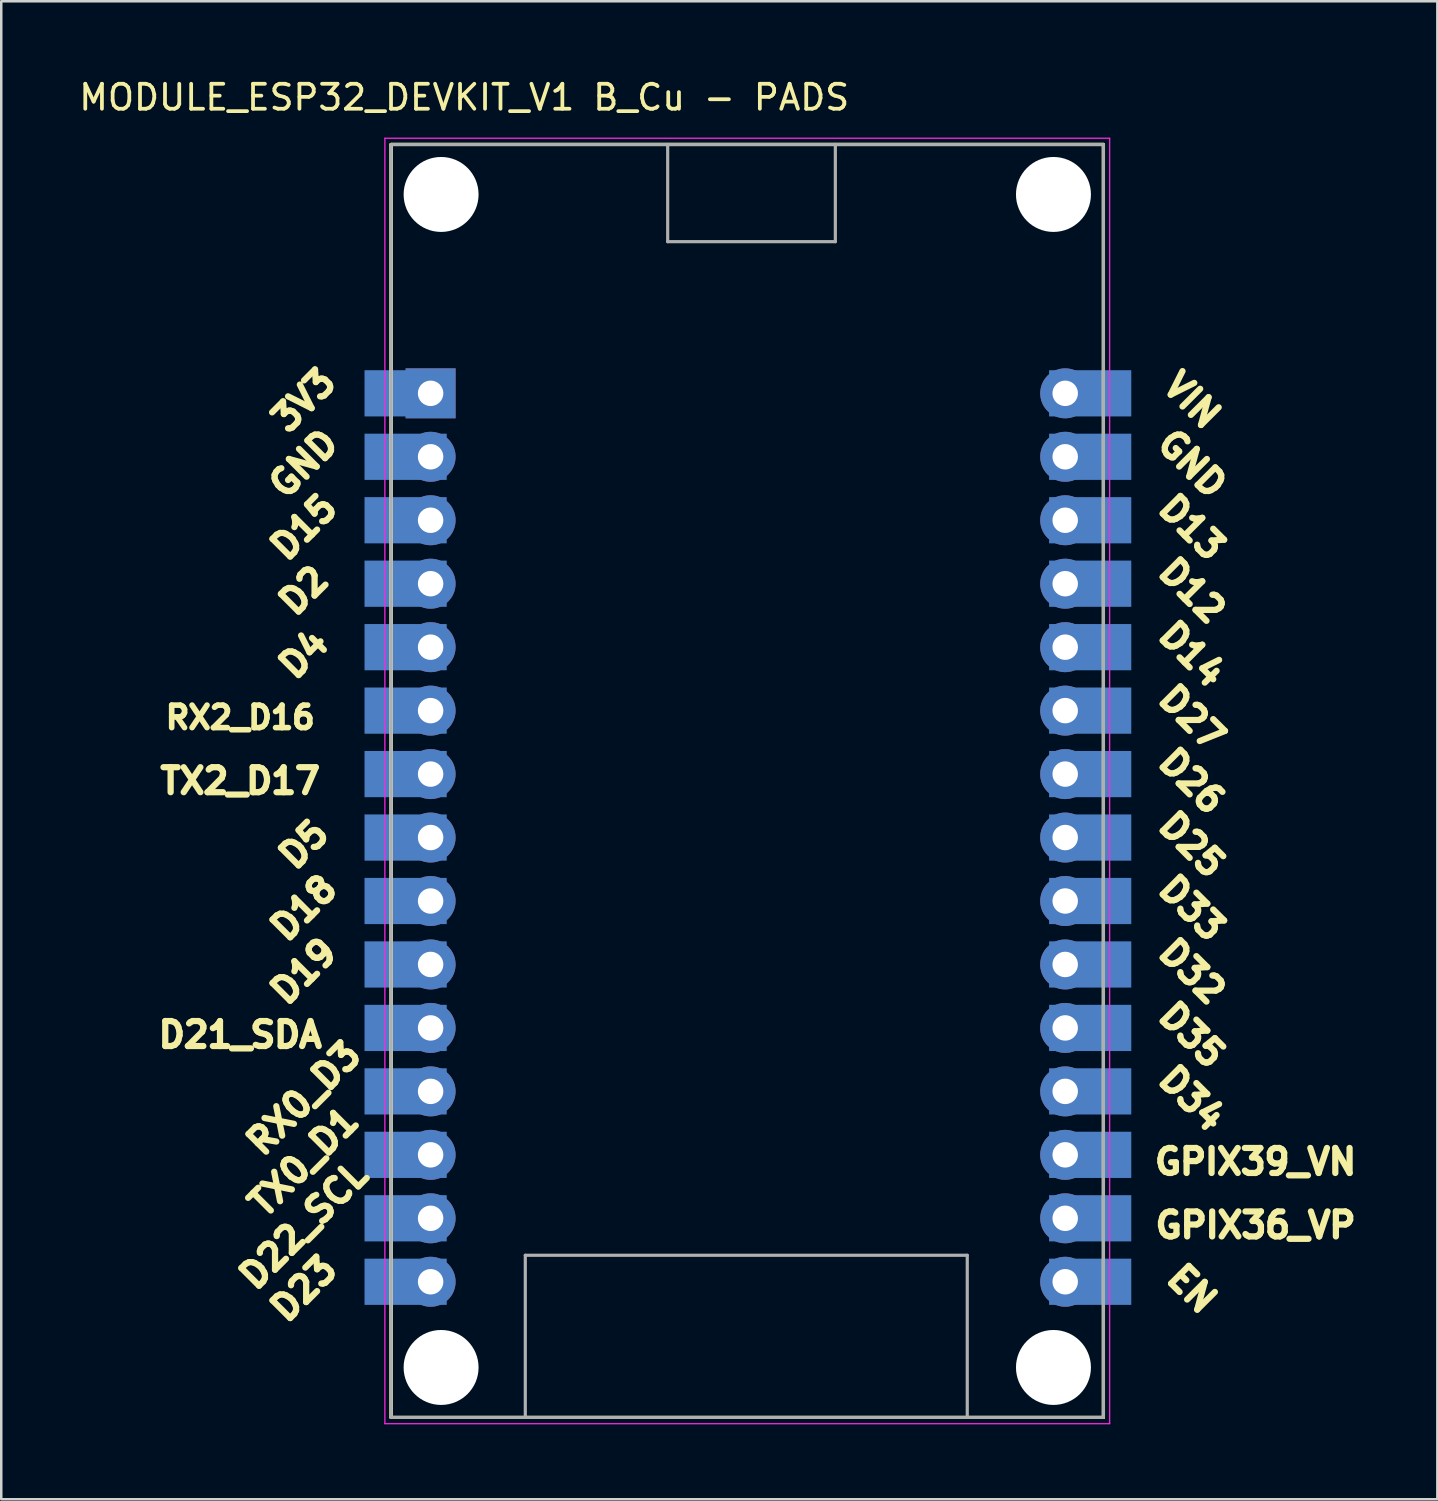
<source format=kicad_pcb>
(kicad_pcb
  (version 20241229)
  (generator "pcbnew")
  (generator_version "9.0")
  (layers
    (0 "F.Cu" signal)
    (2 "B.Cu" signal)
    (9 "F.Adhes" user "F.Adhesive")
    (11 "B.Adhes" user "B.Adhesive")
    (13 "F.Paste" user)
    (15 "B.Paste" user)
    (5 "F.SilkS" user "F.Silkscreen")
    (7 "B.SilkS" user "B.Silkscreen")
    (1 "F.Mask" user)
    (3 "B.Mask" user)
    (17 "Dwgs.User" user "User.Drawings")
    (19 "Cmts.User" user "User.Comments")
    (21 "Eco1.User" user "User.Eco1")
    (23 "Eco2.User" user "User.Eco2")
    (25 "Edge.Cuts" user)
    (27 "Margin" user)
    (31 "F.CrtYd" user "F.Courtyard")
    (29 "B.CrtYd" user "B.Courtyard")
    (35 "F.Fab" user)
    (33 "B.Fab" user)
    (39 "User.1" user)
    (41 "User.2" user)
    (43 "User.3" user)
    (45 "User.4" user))
  (footprint "MODULE_ESP32_DEVKIT_V1 B_Cu - PADS"
    (layer "F.Cu")
    (at 26.885 28.208)
    (property "Reference" "MODULE_ESP32_DEVKIT_V1 B_Cu - PADS" (at -11.355 -27.36 0) (layer "F.SilkS") (effects (font (size 1 1) (thickness 0.15))))
    (attr through_hole)
    (fp_line (start -14.28 -25.475) (end -3.211 -25.475) (stroke (width 0.127) (type solid)) (layer "F.SilkS"))
    (fp_line (start -14.28 -25.475) (end 14.23 -25.475) (stroke (width 0.127) (type solid)) (layer "F.SilkS"))
    (fp_line (start -14.28 25.475) (end -14.28 -25.475) (stroke (width 0.127) (type solid)) (layer "F.SilkS"))
    (fp_line (start -14.28 25.475) (end -14.28 -25.475) (stroke (width 0.127) (type solid)) (layer "F.SilkS"))
    (fp_line (start -14.28 25.475) (end -8.91 25.475) (stroke (width 0.127) (type solid)) (layer "F.SilkS"))
    (fp_line (start -8.91 25.475) (end 8.78 25.475) (stroke (width 0.127) (type solid)) (layer "F.SilkS"))
    (fp_line (start -3.211 -25.475) (end 3.5 -25.475) (stroke (width 0.127) (type solid)) (layer "F.SilkS"))
    (fp_line (start 3.5 -25.475) (end 14.23 -25.475) (stroke (width 0.127) (type solid)) (layer "F.SilkS"))
    (fp_line (start 8.78 25.475) (end 14.23 25.475) (stroke (width 0.127) (type solid)) (layer "F.SilkS"))
    (fp_line (start 14.23 -25.475) (end 14.23 25.475) (stroke (width 0.127) (type solid)) (layer "F.SilkS"))
    (fp_line (start 14.23 -25.475) (end 14.23 25.475) (stroke (width 0.127) (type solid)) (layer "F.SilkS"))
    (fp_line (start 14.23 25.475) (end -14.28 25.475) (stroke (width 0.127) (type solid)) (layer "F.SilkS"))
    (fp_line (start -14.53 -25.725) (end -14.53 25.725) (stroke (width 0.05) (type solid)) (layer "F.CrtYd"))
    (fp_line (start -14.53 25.725) (end 14.48 25.725) (stroke (width 0.05) (type solid)) (layer "F.CrtYd"))
    (fp_line (start 14.48 -25.725) (end -14.53 -25.725) (stroke (width 0.05) (type solid)) (layer "F.CrtYd"))
    (fp_line (start 14.48 25.725) (end 14.48 -25.725) (stroke (width 0.05) (type solid)) (layer "F.CrtYd"))
    (fp_line (start -14.28 -25.475) (end -3.211 -25.475) (stroke (width 0.127) (type solid)) (layer "F.Fab"))
    (fp_line (start -14.28 25.475) (end -14.28 -25.475) (stroke (width 0.127) (type solid)) (layer "F.Fab"))
    (fp_line (start -14.28 25.475) (end -8.91 25.475) (stroke (width 0.127) (type solid)) (layer "F.Fab"))
    (fp_line (start -8.91 18.985) (end 8.78 18.985) (stroke (width 0.127) (type solid)) (layer "F.Fab"))
    (fp_line (start -8.91 25.475) (end -8.91 18.985) (stroke (width 0.127) (type solid)) (layer "F.Fab"))
    (fp_line (start -8.91 25.475) (end 8.78 25.475) (stroke (width 0.127) (type solid)) (layer "F.Fab"))
    (fp_line (start -3.211 -25.475) (end 3.5 -25.475) (stroke (width 0.127) (type solid)) (layer "F.Fab"))
    (fp_line (start -3.211 -21.585) (end -3.211 -25.475) (stroke (width 0.127) (type solid)) (layer "F.Fab"))
    (fp_line (start 3.5 -25.475) (end 3.5 -21.585) (stroke (width 0.127) (type solid)) (layer "F.Fab"))
    (fp_line (start 3.5 -25.475) (end 14.23 -25.475) (stroke (width 0.127) (type solid)) (layer "F.Fab"))
    (fp_line (start 3.5 -21.585) (end -3.211 -21.585) (stroke (width 0.127) (type solid)) (layer "F.Fab"))
    (fp_line (start 8.78 18.985) (end 8.78 25.475) (stroke (width 0.127) (type solid)) (layer "F.Fab"))
    (fp_line (start 8.78 25.475) (end 14.23 25.475) (stroke (width 0.127) (type solid)) (layer "F.Fab"))
    (fp_line (start 14.23 -25.475) (end 14.23 25.475) (stroke (width 0.127) (type solid)) (layer "F.Fab"))
    (fp_text user "RX2_D16" (at -20.32 -2.54 0) (unlocked yes) (layer "F.SilkS") (effects (font (size 0.9 0.9) (thickness 0.225) (bold yes))))
    (fp_text user "GND" (at -17.78 -12.7 45) (unlocked yes) (layer "F.SilkS") (effects (font (size 1 1) (thickness 0.25) (bold yes))))
    (fp_text user "3V3" (at -17.78 -15.24 45) (unlocked yes) (layer "F.SilkS") (effects (font (size 1 1) (thickness 0.25) (bold yes))))
    (fp_text user "D12" (at 17.78 -7.62 315) (unlocked yes) (layer "F.SilkS") (effects (font (size 1 1) (thickness 0.25) (bold yes))))
    (fp_text user "D32" (at 17.78 7.62 315) (unlocked yes) (layer "F.SilkS") (effects (font (size 1 1) (thickness 0.25) (bold yes))))
    (fp_text user "EN" (at 17.78 20.32 315) (unlocked yes) (layer "F.SilkS") (effects (font (size 1 1) (thickness 0.25) (bold yes))))
    (fp_text user "D22_SCL" (at -17.78 17.78 45) (unlocked yes) (layer "F.SilkS") (effects (font (size 1 1) (thickness 0.25) (bold yes))))
    (fp_text user "GPIX39_VN" (at 20.32 15.24 0) (unlocked yes) (layer "F.SilkS") (effects (font (size 1 1) (thickness 0.25) (bold yes))))
    (fp_text user "D5" (at -17.78 2.54 45) (unlocked yes) (layer "F.SilkS") (effects (font (size 1 1) (thickness 0.25) (bold yes))))
    (fp_text user "D2" (at -17.78 -7.62 45) (unlocked yes) (layer "F.SilkS") (effects (font (size 1 1) (thickness 0.25) (bold yes))))
    (fp_text user "D4" (at -17.78 -5.08 45) (unlocked yes) (layer "F.SilkS") (effects (font (size 1 1) (thickness 0.25) (bold yes))))
    (fp_text user "D26" (at 17.78 0 315) (unlocked yes) (layer "F.SilkS") (effects (font (size 1 1) (thickness 0.25) (bold yes))))
    (fp_text user "D15" (at -17.78 -10.16 45) (unlocked yes) (layer "F.SilkS") (effects (font (size 1 1) (thickness 0.25) (bold yes))))
    (fp_text user "D35" (at 17.78 10.16 315) (unlocked yes) (layer "F.SilkS") (effects (font (size 1 1) (thickness 0.25) (bold yes))))
    (fp_text user "D13" (at 17.78 -10.16 315) (unlocked yes) (layer "F.SilkS") (effects (font (size 1 1) (thickness 0.25) (bold yes))))
    (fp_text user "D21_SDA" (at -20.32 10.16 0) (unlocked yes) (layer "F.SilkS") (effects (font (size 1 1) (thickness 0.25) (bold yes))))
    (fp_text user "TX2_D17" (at -20.32 0 0) (unlocked yes) (layer "F.SilkS") (effects (font (size 1 1) (thickness 0.25) (bold yes))))
    (fp_text user "RX0_D3" (at -17.78 12.7 45) (unlocked yes) (layer "F.SilkS") (effects (font (size 1 1) (thickness 0.25) (bold yes))))
    (fp_text user "D34" (at 17.78 12.7 315) (unlocked yes) (layer "F.SilkS") (effects (font (size 1 1) (thickness 0.25) (bold yes))))
    (fp_text user "D23" (at -17.78 20.32 45) (unlocked yes) (layer "F.SilkS") (effects (font (size 1 1) (thickness 0.25) (bold yes))))
    (fp_text user "GPIX36_VP" (at 20.32 17.78 0) (unlocked yes) (layer "F.SilkS") (effects (font (size 1 1) (thickness 0.25) (bold yes))))
    (fp_text user "D19" (at -17.78 7.62 45) (unlocked yes) (layer "F.SilkS") (effects (font (size 1 1) (thickness 0.25) (bold yes))))
    (fp_text user "TX0_D1" (at -17.78 15.24 45) (unlocked yes) (layer "F.SilkS") (effects (font (size 1 1) (thickness 0.25) (bold yes))))
    (fp_text user "D27" (at 17.78 -2.54 315) (unlocked yes) (layer "F.SilkS") (effects (font (size 1 1) (thickness 0.25) (bold yes))))
    (fp_text user "VIN" (at 17.78 -15.24 315) (unlocked yes) (layer "F.SilkS") (effects (font (size 1 1) (thickness 0.25) (bold yes))))
    (fp_text user "D18" (at -17.78 5.08 45) (unlocked yes) (layer "F.SilkS") (effects (font (size 1 1) (thickness 0.25) (bold yes))))
    (fp_text user "D25" (at 17.78 2.54 315) (unlocked yes) (layer "F.SilkS") (effects (font (size 1 1) (thickness 0.25) (bold yes))))
    (fp_text user "D14" (at 17.78 -5.08 315) (unlocked yes) (layer "F.SilkS") (effects (font (size 1 1) (thickness 0.25) (bold yes))))
    (fp_text user "GND" (at 17.78 -12.7 315) (unlocked yes) (layer "F.SilkS") (effects (font (size 1 1) (thickness 0.25) (bold yes))))
    (fp_text user "D33" (at 17.78 5.08 315) (unlocked yes) (layer "F.SilkS") (effects (font (size 1 1) (thickness 0.25) (bold yes))))
    (pad "" np_thru_hole circle (at -12.28 -23.475) (size 3 3) (drill 3) (layers "*.Cu" "*.Mask"))
    (pad "" np_thru_hole circle (at -12.28 23.475) (size 3 3) (drill 3) (layers "*.Cu" "*.Mask"))
    (pad "" np_thru_hole circle (at 12.23 -23.475) (size 3 3) (drill 3) (layers "*.Cu" "*.Mask"))
    (pad "" np_thru_hole circle (at 12.23 23.475) (size 3 3) (drill 3) (layers "*.Cu" "*.Mask"))
    (pad "1" smd rect (at -13.7 -15.515) (size 3.29 1.85) (layers "F.Mask" "B.Cu"))
    (pad "1" thru_hole rect (at -12.7 -15.515) (size 2 2) (drill 1.02) (layers "*.Cu" "*.Mask"))
    (pad "2" smd rect (at -13.7 -12.975) (size 3.29 1.85) (layers "F.Mask" "B.Cu"))
    (pad "2" thru_hole circle (at -12.7 -12.975) (size 2 2) (drill 1.02) (layers "*.Cu" "*.Mask"))
    (pad "3" smd rect (at -13.7 -10.435) (size 3.29 1.85) (layers "F.Mask" "B.Cu"))
    (pad "3" thru_hole circle (at -12.7 -10.435) (size 2 2) (drill 1.02) (layers "*.Cu" "*.Mask"))
    (pad "4" smd rect (at -13.7 -7.895) (size 3.29 1.85) (layers "F.Mask" "B.Cu"))
    (pad "4" thru_hole circle (at -12.7 -7.895) (size 2 2) (drill 1.02) (layers "*.Cu" "*.Mask"))
    (pad "5" smd rect (at -13.7 -5.355) (size 3.29 1.85) (layers "F.Mask" "B.Cu"))
    (pad "5" thru_hole circle (at -12.7 -5.355) (size 2 2) (drill 1.02) (layers "*.Cu" "*.Mask"))
    (pad "6" smd rect (at -13.7 -2.815) (size 3.29 1.85) (layers "F.Mask" "B.Cu"))
    (pad "6" thru_hole circle (at -12.7 -2.815) (size 2 2) (drill 1.02) (layers "*.Cu" "*.Mask"))
    (pad "7" smd rect (at -13.7 -0.275) (size 3.29 1.85) (layers "F.Mask" "B.Cu"))
    (pad "7" thru_hole circle (at -12.7 -0.275) (size 2 2) (drill 1.02) (layers "*.Cu" "*.Mask"))
    (pad "8" smd rect (at -13.7 2.265) (size 3.29 1.85) (layers "F.Mask" "B.Cu"))
    (pad "8" thru_hole circle (at -12.7 2.265) (size 2 2) (drill 1.02) (layers "*.Cu" "*.Mask"))
    (pad "9" smd rect (at -13.7 4.805) (size 3.29 1.85) (layers "F.Mask" "B.Cu"))
    (pad "9" thru_hole circle (at -12.7 4.805) (size 2 2) (drill 1.02) (layers "*.Cu" "*.Mask"))
    (pad "10" smd rect (at -13.7 7.345) (size 3.29 1.85) (layers "F.Mask" "B.Cu"))
    (pad "10" thru_hole circle (at -12.7 7.345) (size 2 2) (drill 1.02) (layers "*.Cu" "*.Mask"))
    (pad "11" smd rect (at -13.7 9.885) (size 3.29 1.85) (layers "F.Mask" "B.Cu"))
    (pad "11" thru_hole circle (at -12.7 9.885) (size 2 2) (drill 1.02) (layers "*.Cu" "*.Mask"))
    (pad "12" smd rect (at -13.7 12.425) (size 3.29 1.85) (layers "F.Mask" "B.Cu"))
    (pad "12" thru_hole circle (at -12.7 12.425) (size 2 2) (drill 1.02) (layers "*.Cu" "*.Mask"))
    (pad "13" smd rect (at -13.7 14.965) (size 3.29 1.85) (layers "F.Mask" "B.Cu"))
    (pad "13" thru_hole circle (at -12.7 14.965) (size 2 2) (drill 1.02) (layers "*.Cu" "*.Mask"))
    (pad "14" smd rect (at -13.7 17.505) (size 3.29 1.85) (layers "F.Mask" "B.Cu"))
    (pad "14" thru_hole circle (at -12.7 17.505) (size 2 2) (drill 1.02) (layers "*.Cu" "*.Mask"))
    (pad "15" smd rect (at -13.7 20.045) (size 3.29 1.85) (layers "F.Mask" "B.Cu"))
    (pad "15" thru_hole circle (at -12.7 20.045) (size 2 2) (drill 1.02) (layers "*.Cu" "*.Mask"))
    (pad "16" thru_hole circle (at 12.7 20.045) (size 2 2) (drill 1.02) (layers "*.Cu" "*.Mask"))
    (pad "16" smd rect (at 13.7 20.045) (size 3.29 1.85) (layers "F.Mask" "B.Cu"))
    (pad "17" thru_hole circle (at 12.7 17.505) (size 2 2) (drill 1.02) (layers "*.Cu" "*.Mask"))
    (pad "17" smd rect (at 13.7 17.505) (size 3.29 1.85) (layers "F.Mask" "B.Cu"))
    (pad "18" thru_hole circle (at 12.7 14.965) (size 2 2) (drill 1.02) (layers "*.Cu" "*.Mask"))
    (pad "18" smd rect (at 13.7 14.965) (size 3.29 1.85) (layers "F.Mask" "B.Cu"))
    (pad "19" thru_hole circle (at 12.7 12.425) (size 2 2) (drill 1.02) (layers "*.Cu" "*.Mask"))
    (pad "19" smd rect (at 13.7 12.425) (size 3.29 1.85) (layers "F.Mask" "B.Cu"))
    (pad "20" thru_hole circle (at 12.7 9.885) (size 2 2) (drill 1.02) (layers "*.Cu" "*.Mask"))
    (pad "20" smd rect (at 13.7 9.885) (size 3.29 1.85) (layers "F.Mask" "B.Cu"))
    (pad "21" thru_hole circle (at 12.7 7.345) (size 2 2) (drill 1.02) (layers "*.Cu" "*.Mask"))
    (pad "21" smd rect (at 13.7 7.345) (size 3.29 1.85) (layers "F.Mask" "B.Cu"))
    (pad "22" thru_hole circle (at 12.7 4.805) (size 2 2) (drill 1.02) (layers "*.Cu" "*.Mask"))
    (pad "22" smd rect (at 13.7 4.805) (size 3.29 1.85) (layers "F.Mask" "B.Cu"))
    (pad "23" thru_hole circle (at 12.7 2.265) (size 2 2) (drill 1.02) (layers "*.Cu" "*.Mask"))
    (pad "23" smd rect (at 13.7 2.265) (size 3.29 1.85) (layers "F.Mask" "B.Cu"))
    (pad "24" thru_hole circle (at 12.7 -0.275) (size 2 2) (drill 1.02) (layers "*.Cu" "*.Mask"))
    (pad "24" smd rect (at 13.7 -0.275) (size 3.29 1.85) (layers "F.Mask" "B.Cu"))
    (pad "25" thru_hole circle (at 12.7 -2.815) (size 2 2) (drill 1.02) (layers "*.Cu" "*.Mask"))
    (pad "25" smd rect (at 13.7 -2.815) (size 3.29 1.85) (layers "F.Mask" "B.Cu"))
    (pad "26" thru_hole circle (at 12.7 -5.355) (size 2 2) (drill 1.02) (layers "*.Cu" "*.Mask"))
    (pad "26" smd rect (at 13.7 -5.355) (size 3.29 1.85) (layers "F.Mask" "B.Cu"))
    (pad "27" thru_hole circle (at 12.7 -7.895) (size 2 2) (drill 1.02) (layers "*.Cu" "*.Mask"))
    (pad "27" smd rect (at 13.7 -7.895) (size 3.29 1.85) (layers "F.Mask" "B.Cu"))
    (pad "28" thru_hole circle (at 12.7 -10.435) (size 2 2) (drill 1.02) (layers "*.Cu" "*.Mask"))
    (pad "28" smd rect (at 13.7 -10.435) (size 3.29 1.85) (layers "F.Mask" "B.Cu"))
    (pad "29" thru_hole circle (at 12.7 -12.975) (size 2 2) (drill 1.02) (layers "*.Cu" "*.Mask"))
    (pad "29" smd rect (at 13.7 -12.975) (size 3.29 1.85) (layers "F.Mask" "B.Cu"))
    (pad "30" thru_hole circle (at 12.7 -15.515) (size 2 2) (drill 1.02) (layers "*.Cu" "*.Mask"))
    (pad "30" smd rect (at 13.7 -15.515) (size 3.29 1.85) (layers "F.Mask" "B.Cu")))
  (gr_rect
    (start -3 -3)
    (end 54.48 56.958)
    (stroke (width 0.1) (type default))
    (fill no)
    (layer "Edge.Cuts")))
</source>
